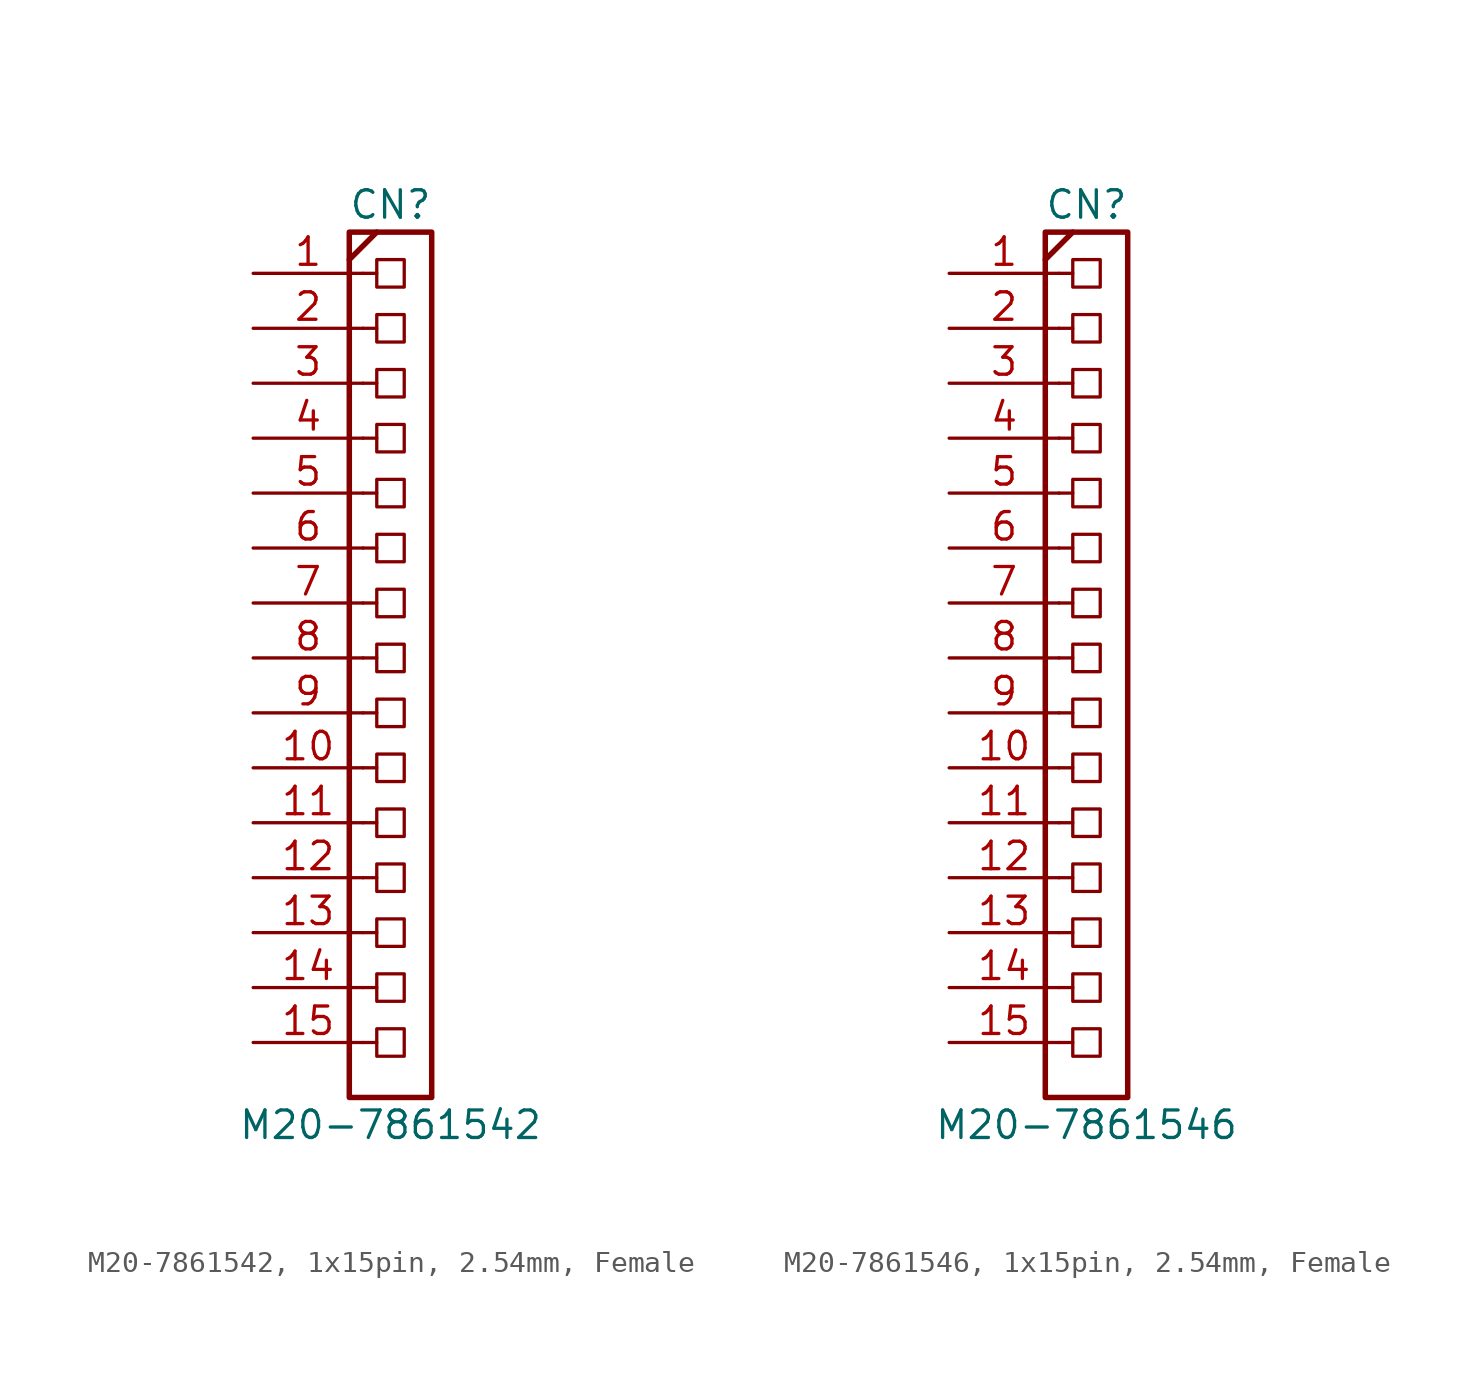
<source format=kicad_sym>
(kicad_symbol_lib
  (version 20241209)
  (generator "kicad_symbol_editor")
  (generator_version "9.0")
  (symbol "M20-7861542, 1x15pin, 2.54mm, Female"
    (pin_names
      (offset 1.016)
      (hide yes))
    (property "Reference" "CN"
      (at 0 20.955 0)
      (effects (font (size 1.27 1.27))))
    (property "Value" "M20-7861542"
      (at 0 -21.59 0)
      (effects (font (size 1.27 1.27))))
    (symbol "M20-7861542, 1x15pin, 2.54mm, Female_1_0"
      (polyline (pts (xy -1.905 18.415) (xy -0.635 19.685)) (stroke (width 0.254) (type default)) (fill (type none)))
      (polyline (pts (xy -1.27 17.78) (xy -0.635 17.78)) (stroke (width 0) (type default)) (fill (type none)))
      (polyline (pts (xy -1.27 15.24) (xy -0.635 15.24)) (stroke (width 0) (type default)) (fill (type none)))
      (polyline (pts (xy -1.27 12.7) (xy -0.635 12.7)) (stroke (width 0) (type default)) (fill (type none)))
      (polyline (pts (xy -1.27 10.16) (xy -0.635 10.16)) (stroke (width 0) (type default)) (fill (type none)))
      (polyline (pts (xy -1.27 7.62) (xy -0.635 7.62)) (stroke (width 0) (type default)) (fill (type none)))
      (polyline (pts (xy -1.27 5.08) (xy -0.635 5.08)) (stroke (width 0) (type default)) (fill (type none)))
      (polyline (pts (xy -1.27 2.54) (xy -0.635 2.54)) (stroke (width 0) (type default)) (fill (type none)))
      (polyline (pts (xy -1.27 0) (xy -0.635 0)) (stroke (width 0) (type default)) (fill (type none)))
      (polyline (pts (xy -1.27 -2.54) (xy -0.635 -2.54)) (stroke (width 0) (type default)) (fill (type none)))
      (polyline (pts (xy -1.27 -5.08) (xy -0.635 -5.08)) (stroke (width 0) (type default)) (fill (type none)))
      (polyline (pts (xy -1.27 -7.62) (xy -0.635 -7.62)) (stroke (width 0) (type default)) (fill (type none)))
      (polyline (pts (xy -1.27 -10.16) (xy -0.635 -10.16)) (stroke (width 0) (type default)) (fill (type none)))
      (polyline (pts (xy -1.27 -12.7) (xy -0.635 -12.7)) (stroke (width 0) (type default)) (fill (type none)))
      (polyline (pts (xy -1.27 -15.24) (xy -0.635 -15.24)) (stroke (width 0) (type default)) (fill (type none)))
      (polyline (pts (xy -1.27 -17.78) (xy -0.635 -17.78)) (stroke (width 0) (type default)) (fill (type none))))
    (symbol "M20-7861542, 1x15pin, 2.54mm, Female_1_1"
      (rectangle (start -1.905 19.685) (end 1.905 -20.32) (stroke (width 0.254) (type default)) (fill (type none)))
      (rectangle (start -0.635 17.145) (end 0.635 18.415) (stroke (width 0) (type default)) (fill (type none)))
      (rectangle (start -0.635 14.605) (end 0.635 15.875) (stroke (width 0) (type default)) (fill (type none)))
      (rectangle (start -0.635 12.065) (end 0.635 13.335) (stroke (width 0) (type default)) (fill (type none)))
      (rectangle (start -0.635 9.525) (end 0.635 10.795) (stroke (width 0) (type default)) (fill (type none)))
      (rectangle (start -0.635 6.985) (end 0.635 8.255) (stroke (width 0) (type default)) (fill (type none)))
      (rectangle (start -0.635 4.445) (end 0.635 5.715) (stroke (width 0) (type default)) (fill (type none)))
      (rectangle (start -0.635 1.905) (end 0.635 3.175) (stroke (width 0) (type default)) (fill (type none)))
      (rectangle (start -0.635 -0.635) (end 0.635 0.635) (stroke (width 0) (type default)) (fill (type none)))
      (rectangle (start -0.635 -3.175) (end 0.635 -1.905) (stroke (width 0) (type default)) (fill (type none)))
      (rectangle (start -0.635 -5.715) (end 0.635 -4.445) (stroke (width 0) (type default)) (fill (type none)))
      (rectangle (start -0.635 -8.255) (end 0.635 -6.985) (stroke (width 0) (type default)) (fill (type none)))
      (rectangle (start -0.635 -10.795) (end 0.635 -9.525) (stroke (width 0) (type default)) (fill (type none)))
      (rectangle (start -0.635 -13.335) (end 0.635 -12.065) (stroke (width 0) (type default)) (fill (type none)))
      (rectangle (start -0.635 -15.875) (end 0.635 -14.605) (stroke (width 0) (type default)) (fill (type none)))
      (rectangle (start -0.635 -18.415) (end 0.635 -17.145) (stroke (width 0) (type default)) (fill (type none)))
      (pin passive line (at -6.35 17.78 0) (length 5.08) (name "1" (effects (font (size 1.27 1.27)))) (number "1" (effects (font (size 1.27 1.27)))))
      (pin passive line (at -6.35 15.24 0) (length 5.08) (name "2" (effects (font (size 1.27 1.27)))) (number "2" (effects (font (size 1.27 1.27)))))
      (pin passive line (at -6.35 12.7 0) (length 5.08) (name "3" (effects (font (size 1.27 1.27)))) (number "3" (effects (font (size 1.27 1.27)))))
      (pin passive line (at -6.35 10.16 0) (length 5.08) (name "4" (effects (font (size 1.27 1.27)))) (number "4" (effects (font (size 1.27 1.27)))))
      (pin passive line (at -6.35 7.62 0) (length 5.08) (name "5" (effects (font (size 1.27 1.27)))) (number "5" (effects (font (size 1.27 1.27)))))
      (pin passive line (at -6.35 5.08 0) (length 5.08) (name "6" (effects (font (size 1.27 1.27)))) (number "6" (effects (font (size 1.27 1.27)))))
      (pin passive line (at -6.35 2.54 0) (length 5.08) (name "7" (effects (font (size 1.27 1.27)))) (number "7" (effects (font (size 1.27 1.27)))))
      (pin passive line (at -6.35 0 0) (length 5.08) (name "8" (effects (font (size 1.27 1.27)))) (number "8" (effects (font (size 1.27 1.27)))))
      (pin passive line (at -6.35 -2.54 0) (length 5.08) (name "1" (effects (font (size 1.27 1.27)))) (number "9" (effects (font (size 1.27 1.27)))))
      (pin passive line (at -6.35 -5.08 0) (length 5.08) (name "5" (effects (font (size 1.27 1.27)))) (number "10" (effects (font (size 1.27 1.27)))))
      (pin passive line (at -6.35 -7.62 0) (length 5.08) (name "2" (effects (font (size 1.27 1.27)))) (number "11" (effects (font (size 1.27 1.27)))))
      (pin passive line (at -6.35 -10.16 0) (length 5.08) (name "3" (effects (font (size 1.27 1.27)))) (number "12" (effects (font (size 1.27 1.27)))))
      (pin passive line (at -6.35 -12.7 0) (length 5.08) (name "6" (effects (font (size 1.27 1.27)))) (number "13" (effects (font (size 1.27 1.27)))))
      (pin passive line (at -6.35 -15.24 0) (length 5.08) (name "7" (effects (font (size 1.27 1.27)))) (number "14" (effects (font (size 1.27 1.27)))))
      (pin passive line (at -6.35 -17.78 0) (length 5.08) (name "4" (effects (font (size 1.27 1.27)))) (number "15" (effects (font (size 1.27 1.27)))))))
  (symbol "M20-7861546, 1x15pin, 2.54mm, Female"
    (pin_names
      (offset 1.016)
      (hide yes))
    (property "Reference" "CN"
      (at 0 20.955 0)
      (effects (font (size 1.27 1.27))))
    (property "Value" "M20-7861546"
      (at 0 -21.59 0)
      (effects (font (size 1.27 1.27))))
    (symbol "M20-7861546, 1x15pin, 2.54mm, Female_1_0"
      (polyline (pts (xy -1.905 18.415) (xy -0.635 19.685)) (stroke (width 0.254) (type default)) (fill (type none)))
      (polyline (pts (xy -1.27 17.78) (xy -0.635 17.78)) (stroke (width 0) (type default)) (fill (type none)))
      (polyline (pts (xy -1.27 15.24) (xy -0.635 15.24)) (stroke (width 0) (type default)) (fill (type none)))
      (polyline (pts (xy -1.27 12.7) (xy -0.635 12.7)) (stroke (width 0) (type default)) (fill (type none)))
      (polyline (pts (xy -1.27 10.16) (xy -0.635 10.16)) (stroke (width 0) (type default)) (fill (type none)))
      (polyline (pts (xy -1.27 7.62) (xy -0.635 7.62)) (stroke (width 0) (type default)) (fill (type none)))
      (polyline (pts (xy -1.27 5.08) (xy -0.635 5.08)) (stroke (width 0) (type default)) (fill (type none)))
      (polyline (pts (xy -1.27 2.54) (xy -0.635 2.54)) (stroke (width 0) (type default)) (fill (type none)))
      (polyline (pts (xy -1.27 0) (xy -0.635 0)) (stroke (width 0) (type default)) (fill (type none)))
      (polyline (pts (xy -1.27 -2.54) (xy -0.635 -2.54)) (stroke (width 0) (type default)) (fill (type none)))
      (polyline (pts (xy -1.27 -5.08) (xy -0.635 -5.08)) (stroke (width 0) (type default)) (fill (type none)))
      (polyline (pts (xy -1.27 -7.62) (xy -0.635 -7.62)) (stroke (width 0) (type default)) (fill (type none)))
      (polyline (pts (xy -1.27 -10.16) (xy -0.635 -10.16)) (stroke (width 0) (type default)) (fill (type none)))
      (polyline (pts (xy -1.27 -12.7) (xy -0.635 -12.7)) (stroke (width 0) (type default)) (fill (type none)))
      (polyline (pts (xy -1.27 -15.24) (xy -0.635 -15.24)) (stroke (width 0) (type default)) (fill (type none)))
      (polyline (pts (xy -1.27 -17.78) (xy -0.635 -17.78)) (stroke (width 0) (type default)) (fill (type none))))
    (symbol "M20-7861546, 1x15pin, 2.54mm, Female_1_1"
      (rectangle (start -1.905 19.685) (end 1.905 -20.32) (stroke (width 0.254) (type default)) (fill (type none)))
      (rectangle (start -0.635 17.145) (end 0.635 18.415) (stroke (width 0) (type default)) (fill (type none)))
      (rectangle (start -0.635 14.605) (end 0.635 15.875) (stroke (width 0) (type default)) (fill (type none)))
      (rectangle (start -0.635 12.065) (end 0.635 13.335) (stroke (width 0) (type default)) (fill (type none)))
      (rectangle (start -0.635 9.525) (end 0.635 10.795) (stroke (width 0) (type default)) (fill (type none)))
      (rectangle (start -0.635 6.985) (end 0.635 8.255) (stroke (width 0) (type default)) (fill (type none)))
      (rectangle (start -0.635 4.445) (end 0.635 5.715) (stroke (width 0) (type default)) (fill (type none)))
      (rectangle (start -0.635 1.905) (end 0.635 3.175) (stroke (width 0) (type default)) (fill (type none)))
      (rectangle (start -0.635 -0.635) (end 0.635 0.635) (stroke (width 0) (type default)) (fill (type none)))
      (rectangle (start -0.635 -3.175) (end 0.635 -1.905) (stroke (width 0) (type default)) (fill (type none)))
      (rectangle (start -0.635 -5.715) (end 0.635 -4.445) (stroke (width 0) (type default)) (fill (type none)))
      (rectangle (start -0.635 -8.255) (end 0.635 -6.985) (stroke (width 0) (type default)) (fill (type none)))
      (rectangle (start -0.635 -10.795) (end 0.635 -9.525) (stroke (width 0) (type default)) (fill (type none)))
      (rectangle (start -0.635 -13.335) (end 0.635 -12.065) (stroke (width 0) (type default)) (fill (type none)))
      (rectangle (start -0.635 -15.875) (end 0.635 -14.605) (stroke (width 0) (type default)) (fill (type none)))
      (rectangle (start -0.635 -17.145) (end 0.635 -18.415) (stroke (width 0) (type default)) (fill (type none)))
      (pin passive line (at -6.35 17.78 0) (length 5.08) (name "1" (effects (font (size 1.27 1.27)))) (number "1" (effects (font (size 1.27 1.27)))))
      (pin passive line (at -6.35 15.24 0) (length 5.08) (name "2" (effects (font (size 1.27 1.27)))) (number "2" (effects (font (size 1.27 1.27)))))
      (pin passive line (at -6.35 12.7 0) (length 5.08) (name "3" (effects (font (size 1.27 1.27)))) (number "3" (effects (font (size 1.27 1.27)))))
      (pin passive line (at -6.35 10.16 0) (length 5.08) (name "4" (effects (font (size 1.27 1.27)))) (number "4" (effects (font (size 1.27 1.27)))))
      (pin passive line (at -6.35 7.62 0) (length 5.08) (name "5" (effects (font (size 1.27 1.27)))) (number "5" (effects (font (size 1.27 1.27)))))
      (pin passive line (at -6.35 5.08 0) (length 5.08) (name "6" (effects (font (size 1.27 1.27)))) (number "6" (effects (font (size 1.27 1.27)))))
      (pin passive line (at -6.35 2.54 0) (length 5.08) (name "7" (effects (font (size 1.27 1.27)))) (number "7" (effects (font (size 1.27 1.27)))))
      (pin passive line (at -6.35 0 0) (length 5.08) (name "8" (effects (font (size 1.27 1.27)))) (number "8" (effects (font (size 1.27 1.27)))))
      (pin passive line (at -6.35 -2.54 0) (length 5.08) (name "1" (effects (font (size 1.27 1.27)))) (number "9" (effects (font (size 1.27 1.27)))))
      (pin passive line (at -6.35 -5.08 0) (length 5.08) (name "5" (effects (font (size 1.27 1.27)))) (number "10" (effects (font (size 1.27 1.27)))))
      (pin passive line (at -6.35 -7.62 0) (length 5.08) (name "2" (effects (font (size 1.27 1.27)))) (number "11" (effects (font (size 1.27 1.27)))))
      (pin passive line (at -6.35 -10.16 0) (length 5.08) (name "3" (effects (font (size 1.27 1.27)))) (number "12" (effects (font (size 1.27 1.27)))))
      (pin passive line (at -6.35 -12.7 0) (length 5.08) (name "6" (effects (font (size 1.27 1.27)))) (number "13" (effects (font (size 1.27 1.27)))))
      (pin passive line (at -6.35 -15.24 0) (length 5.08) (name "7" (effects (font (size 1.27 1.27)))) (number "14" (effects (font (size 1.27 1.27)))))
      (pin passive line (at -6.35 -17.78 0) (length 5.08) (name "4" (effects (font (size 1.27 1.27)))) (number "15" (effects (font (size 1.27 1.27))))))))
</source>
